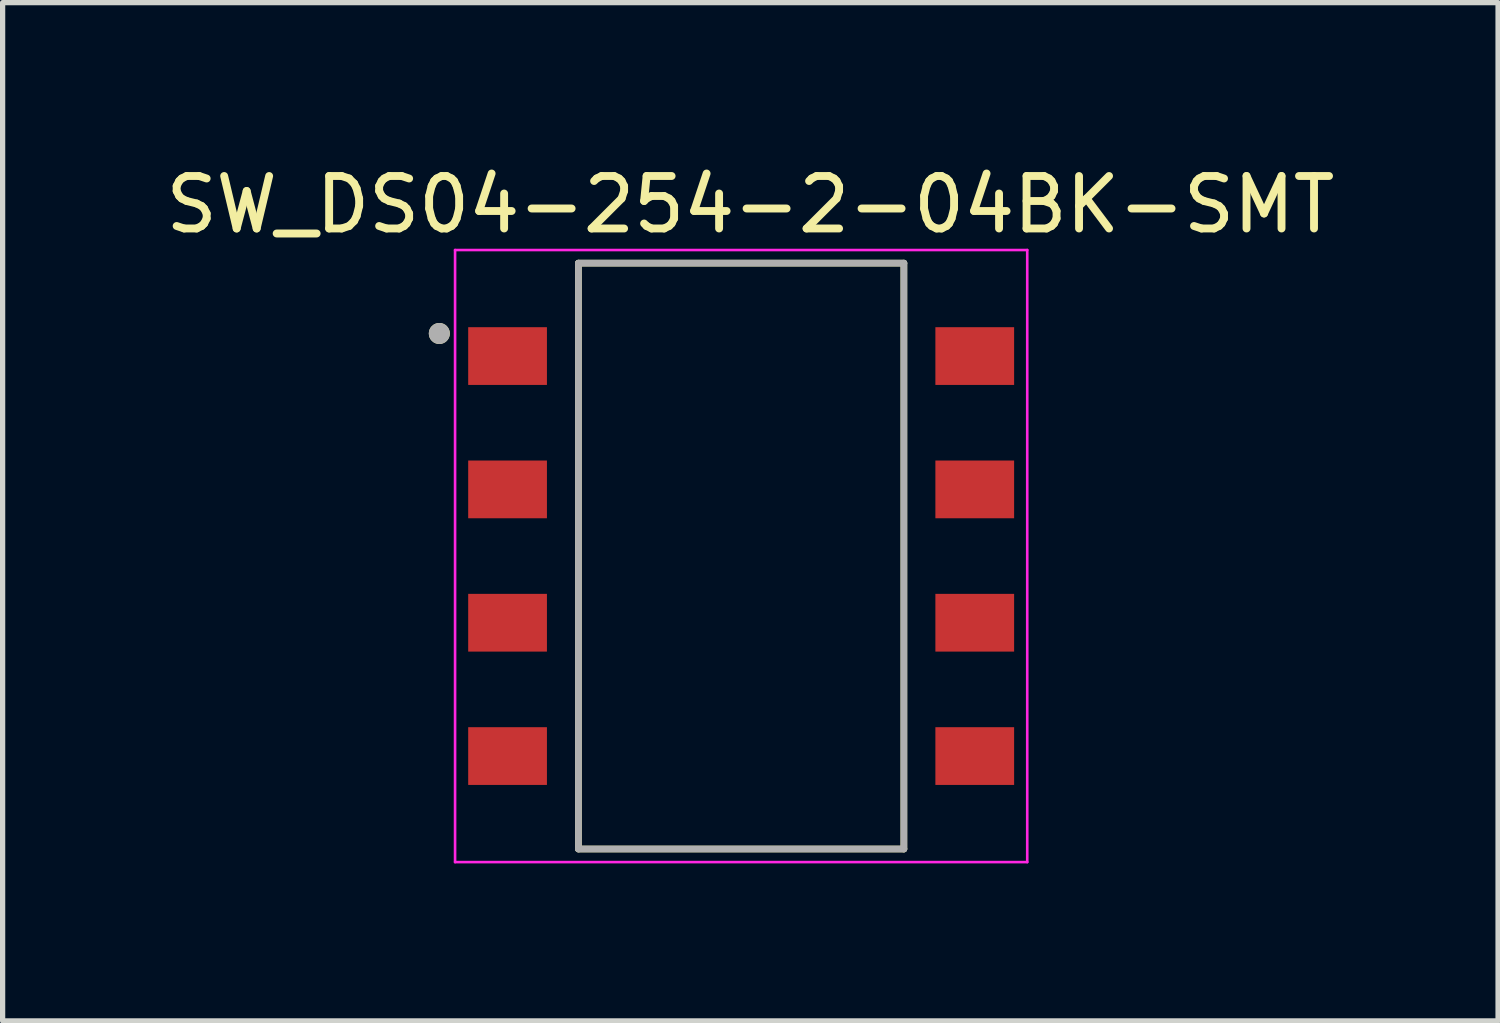
<source format=kicad_pcb>
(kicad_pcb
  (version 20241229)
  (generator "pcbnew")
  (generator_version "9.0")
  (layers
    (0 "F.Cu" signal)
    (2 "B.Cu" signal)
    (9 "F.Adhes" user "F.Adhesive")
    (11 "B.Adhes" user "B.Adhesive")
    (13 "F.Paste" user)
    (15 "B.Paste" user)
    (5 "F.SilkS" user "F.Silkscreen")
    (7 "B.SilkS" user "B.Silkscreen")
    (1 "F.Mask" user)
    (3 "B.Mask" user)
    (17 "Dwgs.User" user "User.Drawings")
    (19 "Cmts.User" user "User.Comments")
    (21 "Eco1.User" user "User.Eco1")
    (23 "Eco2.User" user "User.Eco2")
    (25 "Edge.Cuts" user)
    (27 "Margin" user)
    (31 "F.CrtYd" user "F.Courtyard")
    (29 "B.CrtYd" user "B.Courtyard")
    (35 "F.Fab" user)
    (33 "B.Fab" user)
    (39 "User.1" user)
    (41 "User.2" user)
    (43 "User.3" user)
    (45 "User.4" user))
  (footprint "SW_DS04-254-2-04BK-SMT"
    (layer "F.Cu")
    (at 11.069 7.543)
    (property "Reference" "SW_DS04-254-2-04BK-SMT" (at 0.175 -6.695 0) (layer "F.SilkS") (effects (font (size 1 1) (thickness 0.15))))
    (attr smd)
    (fp_line (start -3.1 -5.58) (end 3.1 -5.58) (stroke (width 0.127) (type solid)) (layer "F.SilkS"))
    (fp_line (start -3.1 5.58) (end -3.1 -5.58) (stroke (width 0.127) (type solid)) (layer "F.SilkS"))
    (fp_line (start 3.1 -5.58) (end 3.1 5.58) (stroke (width 0.127) (type solid)) (layer "F.SilkS"))
    (fp_line (start 3.1 5.58) (end -3.1 5.58) (stroke (width 0.127) (type solid)) (layer "F.SilkS"))
    (fp_circle (center -5.75 -4.24) (end -5.65 -4.24) (stroke (width 0.2) (type solid)) (fill no) (layer "F.SilkS"))
    (fp_line (start -5.45 -5.83) (end -5.45 5.83) (stroke (width 0.05) (type solid)) (layer "F.CrtYd"))
    (fp_line (start -5.45 5.83) (end 5.45 5.83) (stroke (width 0.05) (type solid)) (layer "F.CrtYd"))
    (fp_line (start 5.45 -5.83) (end -5.45 -5.83) (stroke (width 0.05) (type solid)) (layer "F.CrtYd"))
    (fp_line (start 5.45 5.83) (end 5.45 -5.83) (stroke (width 0.05) (type solid)) (layer "F.CrtYd"))
    (fp_line (start -3.1 -5.58) (end 3.1 -5.58) (stroke (width 0.127) (type solid)) (layer "F.Fab"))
    (fp_line (start -3.1 5.58) (end -3.1 -5.58) (stroke (width 0.127) (type solid)) (layer "F.Fab"))
    (fp_line (start 3.1 -5.58) (end 3.1 5.58) (stroke (width 0.127) (type solid)) (layer "F.Fab"))
    (fp_line (start 3.1 5.58) (end -3.1 5.58) (stroke (width 0.127) (type solid)) (layer "F.Fab"))
    (fp_circle (center -5.75 -4.24) (end -5.65 -4.24) (stroke (width 0.2) (type solid)) (fill no) (layer "F.Fab"))
    (pad "1A" smd rect (at -4.45 -3.81) (size 1.5 1.1) (layers "F.Cu" "F.Mask" "F.Paste"))
    (pad "1B" smd rect (at 4.45 -3.81) (size 1.5 1.1) (layers "F.Cu" "F.Mask" "F.Paste"))
    (pad "2A" smd rect (at -4.45 -1.27) (size 1.5 1.1) (layers "F.Cu" "F.Mask" "F.Paste"))
    (pad "2B" smd rect (at 4.45 -1.27) (size 1.5 1.1) (layers "F.Cu" "F.Mask" "F.Paste"))
    (pad "3A" smd rect (at -4.45 1.27) (size 1.5 1.1) (layers "F.Cu" "F.Mask" "F.Paste"))
    (pad "3B" smd rect (at 4.45 1.27) (size 1.5 1.1) (layers "F.Cu" "F.Mask" "F.Paste"))
    (pad "4A" smd rect (at -4.45 3.81) (size 1.5 1.1) (layers "F.Cu" "F.Mask" "F.Paste"))
    (pad "4B" smd rect (at 4.45 3.81) (size 1.5 1.1) (layers "F.Cu" "F.Mask" "F.Paste")))
  (gr_rect
    (start -3 -3)
    (end 25.488 16.398)
    (stroke (width 0.1) (type default))
    (fill no)
    (layer "Edge.Cuts")))
</source>
